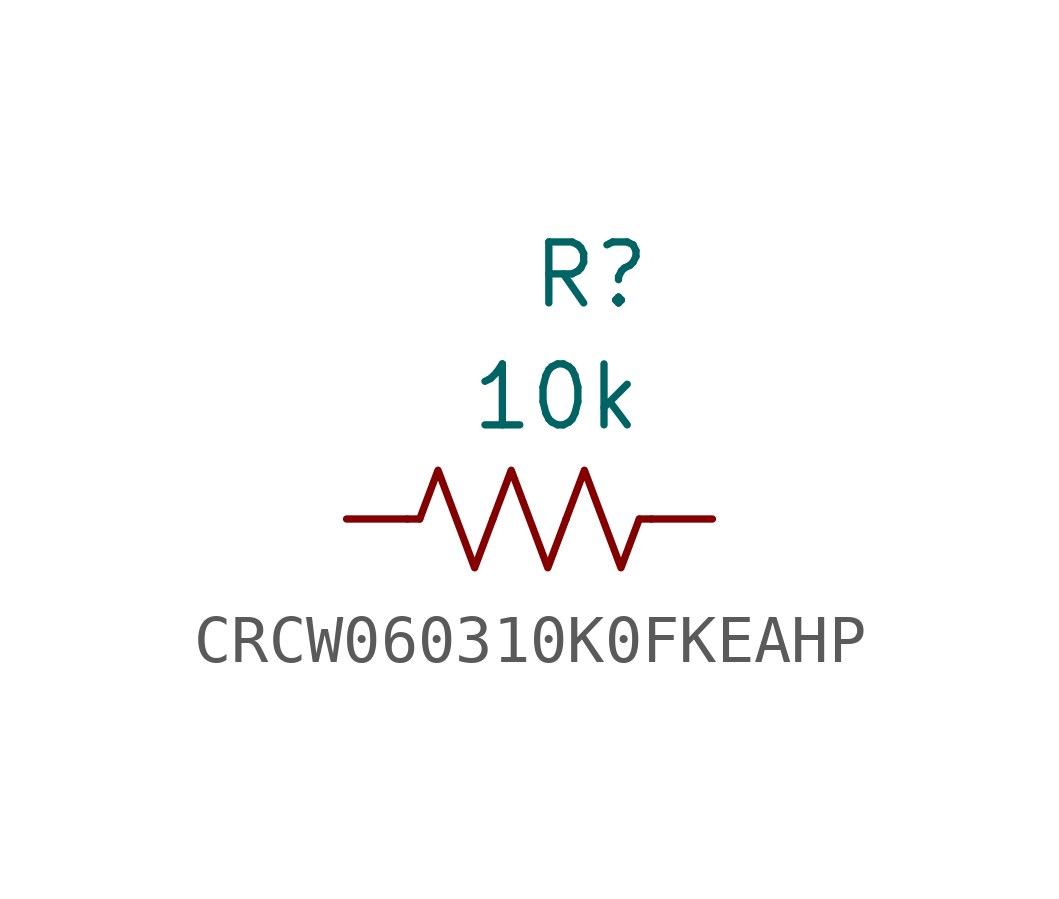
<source format=kicad_sym>
(kicad_symbol_lib
  (version 20220914)
  (generator kicad_symbol_editor)
  (symbol "CRCW060310K0FKEAHP"
    (pin_numbers hide)
    (pin_names
      (offset 1.016) hide)
    (property "Reference" "R"
      (at 6.35 5.08 0)
      (effects (font (size 1.27 1.27)) (justify left)))
    (property "Value" "10k"
      (at 5.08 2.54 0)
      (effects (font (size 1.27 1.27)) (justify left)))
    (symbol "CRCW060310K0FKEAHP_0_1"
      (polyline (pts (xy 4.064 0) (xy 3.81 0)) (stroke (width 0) (type default)) (fill (type none)))
      (polyline (pts (xy 8.636 0) (xy 8.89 0)) (stroke (width 0) (type default)) (fill (type none)))
      (polyline (pts (xy 4.064 0) (xy 4.445 1.016) (xy 4.826 0) (xy 5.207 -1.016) (xy 5.588 0)) (stroke (width 0) (type default)) (fill (type none)))
      (polyline (pts (xy 5.588 0) (xy 5.969 1.016) (xy 6.35 0) (xy 6.731 -1.016) (xy 7.112 0)) (stroke (width 0) (type default)) (fill (type none)))
      (polyline (pts (xy 7.112 0) (xy 7.493 1.016) (xy 7.874 0) (xy 8.255 -1.016) (xy 8.636 0)) (stroke (width 0) (type default)) (fill (type none))))
    (symbol "CRCW060310K0FKEAHP_1_1"
      (pin passive line (at 2.54 0 0) (length 1.27) (name "" (effects (font (size 1.27 1.27)))) (number "1" (effects (font (size 1.27 1.27)))))
      (pin passive line (at 10.16 0 180) (length 1.27) (name "" (effects (font (size 1.27 1.27)))) (number "2" (effects (font (size 1.27 1.27))))))))
</source>
